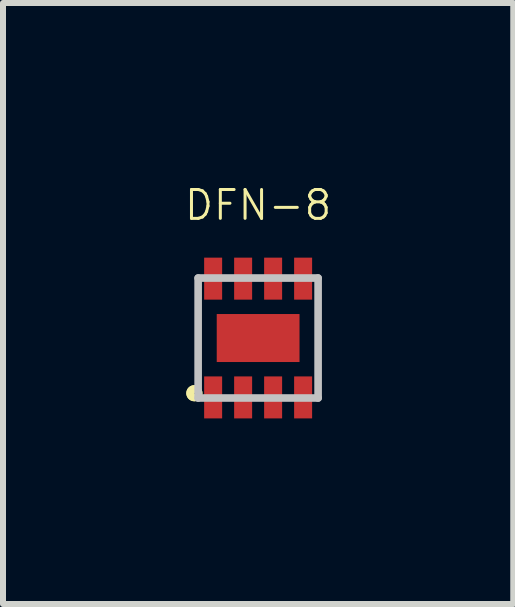
<source format=kicad_pcb>
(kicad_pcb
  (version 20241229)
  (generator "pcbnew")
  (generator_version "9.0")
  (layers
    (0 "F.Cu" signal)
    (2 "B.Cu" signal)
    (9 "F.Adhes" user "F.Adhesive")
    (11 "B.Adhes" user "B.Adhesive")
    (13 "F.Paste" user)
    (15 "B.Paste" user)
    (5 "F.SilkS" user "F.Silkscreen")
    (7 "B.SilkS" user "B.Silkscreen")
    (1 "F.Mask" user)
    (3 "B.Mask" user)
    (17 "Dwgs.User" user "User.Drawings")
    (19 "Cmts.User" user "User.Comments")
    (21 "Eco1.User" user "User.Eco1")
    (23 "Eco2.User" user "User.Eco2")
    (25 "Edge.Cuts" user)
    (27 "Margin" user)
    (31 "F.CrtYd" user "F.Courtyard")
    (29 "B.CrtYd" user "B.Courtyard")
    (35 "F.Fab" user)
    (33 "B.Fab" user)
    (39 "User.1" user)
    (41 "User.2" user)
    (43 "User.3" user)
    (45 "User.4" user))
  (footprint "DFN-8"
    (layer "F.Cu")
    (at 1.253 2.585)
    (property "Reference" "DFN-8" (at 0 -2.215 0) (layer "F.SilkS") (effects (font (size 0.481 0.481) (thickness 0.05))))
    (attr smd)
    (fp_poly (pts (xy -0.973 0.59) (xy -0.53 0.59) (xy -0.53 1.435) (xy -0.973 1.435)) (stroke (width 0) (type solid)) (fill yes) (layer "F.Mask"))
    (fp_poly (pts (xy -0.972 -1.41) (xy -0.53 -1.41) (xy -0.53 -0.571) (xy -0.972 -0.571)) (stroke (width 0) (type solid)) (fill yes) (layer "F.Mask"))
    (fp_poly (pts (xy -0.762 -0.47) (xy 0.76 -0.47) (xy 0.76 0.471) (xy -0.762 0.471)) (stroke (width 0) (type solid)) (fill yes) (layer "F.Mask"))
    (fp_poly (pts (xy -0.472 0.59) (xy -0.03 0.59) (xy -0.03 1.435) (xy -0.472 1.435)) (stroke (width 0) (type solid)) (fill yes) (layer "F.Mask"))
    (fp_poly (pts (xy -0.471 -1.41) (xy -0.03 -1.41) (xy -0.03 -0.571) (xy -0.471 -0.571)) (stroke (width 0) (type solid)) (fill yes) (layer "F.Mask"))
    (fp_poly (pts (xy 0.03 0.59) (xy 0.47 0.59) (xy 0.47 1.433) (xy 0.03 1.433)) (stroke (width 0) (type solid)) (fill yes) (layer "F.Mask"))
    (fp_poly (pts (xy 0.03 -1.41) (xy 0.47 -1.41) (xy 0.47 -0.572) (xy 0.03 -0.572)) (stroke (width 0) (type solid)) (fill yes) (layer "F.Mask"))
    (fp_poly (pts (xy 0.531 -1.41) (xy 0.97 -1.41) (xy 0.97 -0.571) (xy 0.531 -0.571)) (stroke (width 0) (type solid)) (fill yes) (layer "F.Mask"))
    (fp_poly (pts (xy 0.531 0.59) (xy 0.97 0.59) (xy 0.97 1.433) (xy 0.531 1.433)) (stroke (width 0) (type solid)) (fill yes) (layer "F.Mask"))
    (fp_circle (center -1.063 0.92) (end -0.992 0.92) (stroke (width 0.127) (type solid)) (fill no) (layer "F.SilkS"))
    (fp_circle (center -1.063 0.92) (end -0.992 0.92) (stroke (width 0.127) (type solid)) (fill no) (layer "F.SilkS"))
    (fp_poly (pts (xy -0.877 -1.337) (xy -0.625 -1.337) (xy -0.625 -0.702) (xy -0.877 -0.702)) (stroke (width 0) (type solid)) (fill yes) (layer "F.Paste"))
    (fp_poly (pts (xy -0.876 0.7) (xy -0.625 0.7) (xy -0.625 1.338) (xy -0.876 1.338)) (stroke (width 0) (type solid)) (fill yes) (layer "F.Paste"))
    (fp_poly (pts (xy -0.591 -0.32) (xy -0.09 -0.32) (xy -0.09 0.321) (xy -0.591 0.321)) (stroke (width 0) (type solid)) (fill yes) (layer "F.Paste"))
    (fp_poly (pts (xy -0.376 0.7) (xy -0.125 0.7) (xy -0.125 1.341) (xy -0.376 1.341)) (stroke (width 0) (type solid)) (fill yes) (layer "F.Paste"))
    (fp_poly (pts (xy -0.376 -1.337) (xy -0.125 -1.337) (xy -0.125 -0.701) (xy -0.376 -0.701)) (stroke (width 0) (type solid)) (fill yes) (layer "F.Paste"))
    (fp_poly (pts (xy 0.09 -0.32) (xy 0.59 -0.32) (xy 0.59 0.321) (xy 0.09 0.321)) (stroke (width 0) (type solid)) (fill yes) (layer "F.Paste"))
    (fp_poly (pts (xy 0.125 -1.337) (xy 0.375 -1.337) (xy 0.375 -0.701) (xy 0.125 -0.701)) (stroke (width 0) (type solid)) (fill yes) (layer "F.Paste"))
    (fp_poly (pts (xy 0.125 0.7) (xy 0.375 0.7) (xy 0.375 1.342) (xy 0.125 1.342)) (stroke (width 0) (type solid)) (fill yes) (layer "F.Paste"))
    (fp_poly (pts (xy 0.626 -1.337) (xy 0.875 -1.337) (xy 0.875 -0.701) (xy 0.626 -0.701)) (stroke (width 0) (type solid)) (fill yes) (layer "F.Paste"))
    (fp_poly (pts (xy 0.627 0.7) (xy 0.875 0.7) (xy 0.875 1.341) (xy 0.627 1.341)) (stroke (width 0) (type solid)) (fill yes) (layer "F.Paste"))
    (fp_line (start -1 -1) (end 1 -1) (stroke (width 0.127) (type solid)) (layer "Dwgs.User"))
    (fp_line (start -1 1) (end -1 -1) (stroke (width 0.127) (type solid)) (layer "Dwgs.User"))
    (fp_line (start 1 -1) (end 1 1) (stroke (width 0.127) (type solid)) (layer "Dwgs.User"))
    (fp_line (start 1 1) (end -1 1) (stroke (width 0.127) (type solid)) (layer "Dwgs.User"))
    (pad "1" smd rect (at -0.75 0.99 90) (size 0.7 0.3) (layers "F.Cu" "F.Mask" "F.Paste"))
    (pad "2" smd rect (at -0.25 0.99 90) (size 0.7 0.3) (layers "F.Cu" "F.Mask" "F.Paste"))
    (pad "3" smd rect (at 0.25 0.99 90) (size 0.7 0.3) (layers "F.Cu" "F.Mask" "F.Paste"))
    (pad "4" smd rect (at 0.75 0.99 90) (size 0.7 0.3) (layers "F.Cu" "F.Mask" "F.Paste"))
    (pad "5" smd rect (at 0.75 -0.99 90) (size 0.7 0.3) (layers "F.Cu" "F.Mask" "F.Paste"))
    (pad "6" smd rect (at 0.25 -0.99 90) (size 0.7 0.3) (layers "F.Cu" "F.Mask" "F.Paste"))
    (pad "7" smd rect (at -0.25 -0.99 90) (size 0.7 0.3) (layers "F.Cu" "F.Mask" "F.Paste"))
    (pad "8" smd rect (at -0.75 -0.99 90) (size 0.7 0.3) (layers "F.Cu" "F.Mask" "F.Paste"))
    (pad "9" smd rect (at 0 0) (size 1.38 0.8) (layers "F.Cu" "F.Mask" "F.Paste")))
  (gr_rect
    (start -3 -3)
    (end 5.506 7.019)
    (stroke (width 0.1) (type default))
    (fill no)
    (layer "Edge.Cuts")))
</source>
